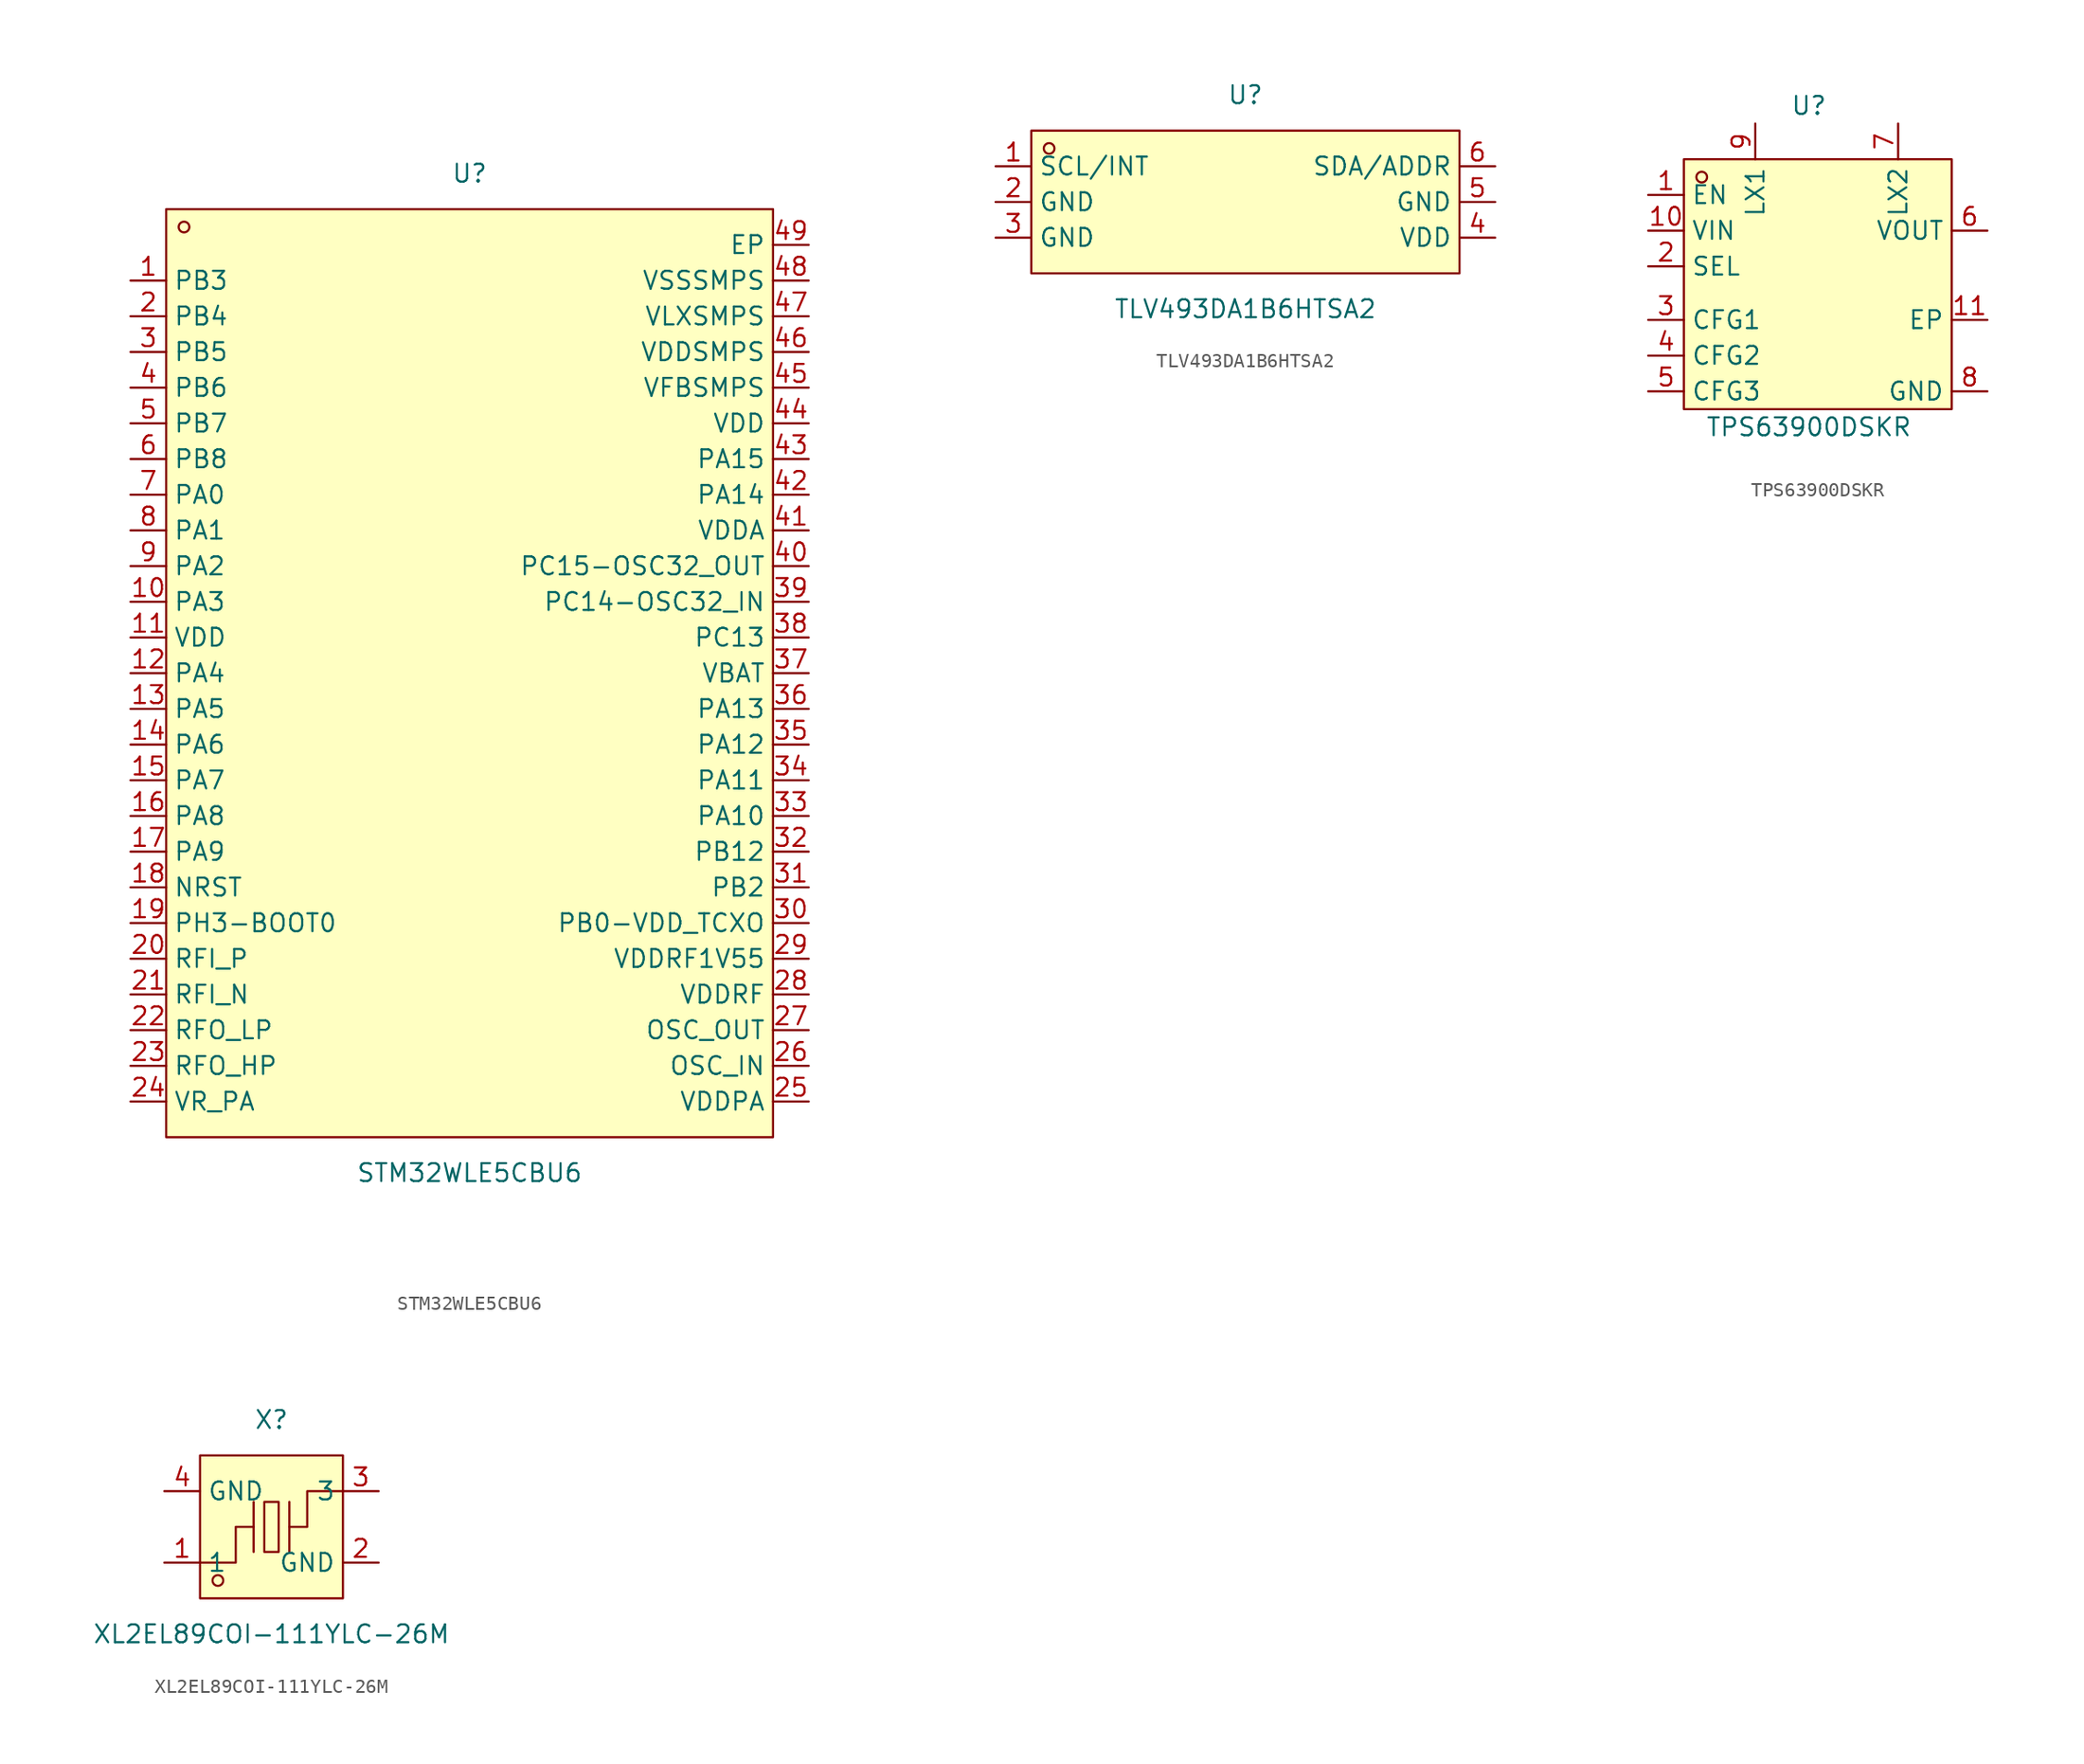
<source format=kicad_sym>
(kicad_symbol_lib
  (version 20231120)
  (generator "kicad_symbol_editor")
  (generator_version "8.0")
  (symbol "STM32WLE5CBU6"
    (property "Reference" "U"
      (at 0 35.56 0)
      (effects (font (size 1.27 1.27))))
    (property "Value" "STM32WLE5CBU6"
      (at 0 -35.56 0)
      (effects (font (size 1.27 1.27))))
    (symbol "STM32WLE5CBU6_0_1"
      (rectangle (start -21.59 33.02) (end 21.59 -33.02) (stroke (width 0) (type default)) (fill (type background)))
      (circle (center -20.32 31.75) (radius 0.38) (stroke (width 0) (type default)) (fill (type none)))
      (pin unspecified line (at -24.13 27.94 0) (length 2.54) (name "PB3" (effects (font (size 1.27 1.27)))) (number "1" (effects (font (size 1.27 1.27)))))
      (pin unspecified line (at -24.13 5.08 0) (length 2.54) (name "PA3" (effects (font (size 1.27 1.27)))) (number "10" (effects (font (size 1.27 1.27)))))
      (pin unspecified line (at -24.13 2.54 0) (length 2.54) (name "VDD" (effects (font (size 1.27 1.27)))) (number "11" (effects (font (size 1.27 1.27)))))
      (pin unspecified line (at -24.13 0 0) (length 2.54) (name "PA4" (effects (font (size 1.27 1.27)))) (number "12" (effects (font (size 1.27 1.27)))))
      (pin unspecified line (at -24.13 -2.54 0) (length 2.54) (name "PA5" (effects (font (size 1.27 1.27)))) (number "13" (effects (font (size 1.27 1.27)))))
      (pin unspecified line (at -24.13 -5.08 0) (length 2.54) (name "PA6" (effects (font (size 1.27 1.27)))) (number "14" (effects (font (size 1.27 1.27)))))
      (pin unspecified line (at -24.13 -7.62 0) (length 2.54) (name "PA7" (effects (font (size 1.27 1.27)))) (number "15" (effects (font (size 1.27 1.27)))))
      (pin unspecified line (at -24.13 -10.16 0) (length 2.54) (name "PA8" (effects (font (size 1.27 1.27)))) (number "16" (effects (font (size 1.27 1.27)))))
      (pin unspecified line (at -24.13 -12.7 0) (length 2.54) (name "PA9" (effects (font (size 1.27 1.27)))) (number "17" (effects (font (size 1.27 1.27)))))
      (pin unspecified line (at -24.13 -15.24 0) (length 2.54) (name "NRST" (effects (font (size 1.27 1.27)))) (number "18" (effects (font (size 1.27 1.27)))))
      (pin unspecified line (at -24.13 -17.78 0) (length 2.54) (name "PH3-BOOT0" (effects (font (size 1.27 1.27)))) (number "19" (effects (font (size 1.27 1.27)))))
      (pin unspecified line (at -24.13 25.4 0) (length 2.54) (name "PB4" (effects (font (size 1.27 1.27)))) (number "2" (effects (font (size 1.27 1.27)))))
      (pin unspecified line (at -24.13 -20.32 0) (length 2.54) (name "RFI_P" (effects (font (size 1.27 1.27)))) (number "20" (effects (font (size 1.27 1.27)))))
      (pin unspecified line (at -24.13 -22.86 0) (length 2.54) (name "RFI_N" (effects (font (size 1.27 1.27)))) (number "21" (effects (font (size 1.27 1.27)))))
      (pin unspecified line (at -24.13 -25.4 0) (length 2.54) (name "RFO_LP" (effects (font (size 1.27 1.27)))) (number "22" (effects (font (size 1.27 1.27)))))
      (pin unspecified line (at -24.13 -27.94 0) (length 2.54) (name "RFO_HP" (effects (font (size 1.27 1.27)))) (number "23" (effects (font (size 1.27 1.27)))))
      (pin unspecified line (at -24.13 -30.48 0) (length 2.54) (name "VR_PA" (effects (font (size 1.27 1.27)))) (number "24" (effects (font (size 1.27 1.27)))))
      (pin unspecified line (at 24.13 -30.48 180) (length 2.54) (name "VDDPA" (effects (font (size 1.27 1.27)))) (number "25" (effects (font (size 1.27 1.27)))))
      (pin unspecified line (at 24.13 -27.94 180) (length 2.54) (name "OSC_IN" (effects (font (size 1.27 1.27)))) (number "26" (effects (font (size 1.27 1.27)))))
      (pin unspecified line (at 24.13 -25.4 180) (length 2.54) (name "OSC_OUT" (effects (font (size 1.27 1.27)))) (number "27" (effects (font (size 1.27 1.27)))))
      (pin unspecified line (at 24.13 -22.86 180) (length 2.54) (name "VDDRF" (effects (font (size 1.27 1.27)))) (number "28" (effects (font (size 1.27 1.27)))))
      (pin unspecified line (at 24.13 -20.32 180) (length 2.54) (name "VDDRF1V55" (effects (font (size 1.27 1.27)))) (number "29" (effects (font (size 1.27 1.27)))))
      (pin unspecified line (at -24.13 22.86 0) (length 2.54) (name "PB5" (effects (font (size 1.27 1.27)))) (number "3" (effects (font (size 1.27 1.27)))))
      (pin unspecified line (at 24.13 -17.78 180) (length 2.54) (name "PB0-VDD_TCXO" (effects (font (size 1.27 1.27)))) (number "30" (effects (font (size 1.27 1.27)))))
      (pin unspecified line (at 24.13 -15.24 180) (length 2.54) (name "PB2" (effects (font (size 1.27 1.27)))) (number "31" (effects (font (size 1.27 1.27)))))
      (pin unspecified line (at 24.13 -12.7 180) (length 2.54) (name "PB12" (effects (font (size 1.27 1.27)))) (number "32" (effects (font (size 1.27 1.27)))))
      (pin unspecified line (at 24.13 -10.16 180) (length 2.54) (name "PA10" (effects (font (size 1.27 1.27)))) (number "33" (effects (font (size 1.27 1.27)))))
      (pin unspecified line (at 24.13 -7.62 180) (length 2.54) (name "PA11" (effects (font (size 1.27 1.27)))) (number "34" (effects (font (size 1.27 1.27)))))
      (pin unspecified line (at 24.13 -5.08 180) (length 2.54) (name "PA12" (effects (font (size 1.27 1.27)))) (number "35" (effects (font (size 1.27 1.27)))))
      (pin unspecified line (at 24.13 -2.54 180) (length 2.54) (name "PA13" (effects (font (size 1.27 1.27)))) (number "36" (effects (font (size 1.27 1.27)))))
      (pin unspecified line (at 24.13 0 180) (length 2.54) (name "VBAT" (effects (font (size 1.27 1.27)))) (number "37" (effects (font (size 1.27 1.27)))))
      (pin unspecified line (at 24.13 2.54 180) (length 2.54) (name "PC13" (effects (font (size 1.27 1.27)))) (number "38" (effects (font (size 1.27 1.27)))))
      (pin unspecified line (at 24.13 5.08 180) (length 2.54) (name "PC14-OSC32_IN" (effects (font (size 1.27 1.27)))) (number "39" (effects (font (size 1.27 1.27)))))
      (pin unspecified line (at -24.13 20.32 0) (length 2.54) (name "PB6" (effects (font (size 1.27 1.27)))) (number "4" (effects (font (size 1.27 1.27)))))
      (pin unspecified line (at 24.13 7.62 180) (length 2.54) (name "PC15-OSC32_OUT" (effects (font (size 1.27 1.27)))) (number "40" (effects (font (size 1.27 1.27)))))
      (pin unspecified line (at 24.13 10.16 180) (length 2.54) (name "VDDA" (effects (font (size 1.27 1.27)))) (number "41" (effects (font (size 1.27 1.27)))))
      (pin unspecified line (at 24.13 12.7 180) (length 2.54) (name "PA14" (effects (font (size 1.27 1.27)))) (number "42" (effects (font (size 1.27 1.27)))))
      (pin unspecified line (at 24.13 15.24 180) (length 2.54) (name "PA15" (effects (font (size 1.27 1.27)))) (number "43" (effects (font (size 1.27 1.27)))))
      (pin unspecified line (at 24.13 17.78 180) (length 2.54) (name "VDD" (effects (font (size 1.27 1.27)))) (number "44" (effects (font (size 1.27 1.27)))))
      (pin unspecified line (at 24.13 20.32 180) (length 2.54) (name "VFBSMPS" (effects (font (size 1.27 1.27)))) (number "45" (effects (font (size 1.27 1.27)))))
      (pin unspecified line (at 24.13 22.86 180) (length 2.54) (name "VDDSMPS" (effects (font (size 1.27 1.27)))) (number "46" (effects (font (size 1.27 1.27)))))
      (pin unspecified line (at 24.13 25.4 180) (length 2.54) (name "VLXSMPS" (effects (font (size 1.27 1.27)))) (number "47" (effects (font (size 1.27 1.27)))))
      (pin unspecified line (at 24.13 27.94 180) (length 2.54) (name "VSSSMPS" (effects (font (size 1.27 1.27)))) (number "48" (effects (font (size 1.27 1.27)))))
      (pin unspecified line (at 24.13 30.48 180) (length 2.54) (name "EP" (effects (font (size 1.27 1.27)))) (number "49" (effects (font (size 1.27 1.27)))))
      (pin unspecified line (at -24.13 17.78 0) (length 2.54) (name "PB7" (effects (font (size 1.27 1.27)))) (number "5" (effects (font (size 1.27 1.27)))))
      (pin unspecified line (at -24.13 15.24 0) (length 2.54) (name "PB8" (effects (font (size 1.27 1.27)))) (number "6" (effects (font (size 1.27 1.27)))))
      (pin unspecified line (at -24.13 12.7 0) (length 2.54) (name "PA0" (effects (font (size 1.27 1.27)))) (number "7" (effects (font (size 1.27 1.27)))))
      (pin unspecified line (at -24.13 10.16 0) (length 2.54) (name "PA1" (effects (font (size 1.27 1.27)))) (number "8" (effects (font (size 1.27 1.27)))))
      (pin unspecified line (at -24.13 7.62 0) (length 2.54) (name "PA2" (effects (font (size 1.27 1.27)))) (number "9" (effects (font (size 1.27 1.27)))))))
  (symbol "TLV493DA1B6HTSA2"
    (property "Reference" "U"
      (at 0 7.62 0)
      (effects (font (size 1.27 1.27))))
    (property "Value" "TLV493DA1B6HTSA2"
      (at 0 -7.62 0)
      (effects (font (size 1.27 1.27))))
    (symbol "TLV493DA1B6HTSA2_0_1"
      (rectangle (start -15.24 5.08) (end 15.24 -5.08) (stroke (width 0) (type default)) (fill (type background)))
      (circle (center -13.97 3.81) (radius 0.38) (stroke (width 0) (type default)) (fill (type none)))
      (pin unspecified line (at -17.78 2.54 0) (length 2.54) (name "SCL/INT" (effects (font (size 1.27 1.27)))) (number "1" (effects (font (size 1.27 1.27)))))
      (pin unspecified line (at -17.78 0 0) (length 2.54) (name "GND" (effects (font (size 1.27 1.27)))) (number "2" (effects (font (size 1.27 1.27)))))
      (pin unspecified line (at -17.78 -2.54 0) (length 2.54) (name "GND" (effects (font (size 1.27 1.27)))) (number "3" (effects (font (size 1.27 1.27)))))
      (pin unspecified line (at 17.78 -2.54 180) (length 2.54) (name "VDD" (effects (font (size 1.27 1.27)))) (number "4" (effects (font (size 1.27 1.27)))))
      (pin unspecified line (at 17.78 0 180) (length 2.54) (name "GND" (effects (font (size 1.27 1.27)))) (number "5" (effects (font (size 1.27 1.27)))))
      (pin unspecified line (at 17.78 2.54 180) (length 2.54) (name "SDA/ADDR" (effects (font (size 1.27 1.27)))) (number "6" (effects (font (size 1.27 1.27)))))))
  (symbol "TPS63900DSKR"
    (property "Reference" "U"
      (at 0 11.43 0)
      (effects (font (size 1.27 1.27))))
    (property "Value" "TPS63900DSKR"
      (at 0 -11.43 0)
      (effects (font (size 1.27 1.27))))
    (symbol "TPS63900DSKR_0_1"
      (rectangle (start -8.89 7.62) (end 10.16 -10.16) (stroke (width 0) (type default)) (fill (type background)))
      (circle (center -7.62 6.35) (radius 0.38) (stroke (width 0) (type default)) (fill (type none)))
      (pin unspecified line (at -11.43 5.08 0) (length 2.54) (name "EN" (effects (font (size 1.27 1.27)))) (number "1" (effects (font (size 1.27 1.27)))))
      (pin unspecified line (at -11.43 2.54 0) (length 2.54) (name "VIN" (effects (font (size 1.27 1.27)))) (number "10" (effects (font (size 1.27 1.27)))))
      (pin unspecified line (at 12.7 -3.81 180) (length 2.54) (name "EP" (effects (font (size 1.27 1.27)))) (number "11" (effects (font (size 1.27 1.27)))))
      (pin unspecified line (at -11.43 0 0) (length 2.54) (name "SEL" (effects (font (size 1.27 1.27)))) (number "2" (effects (font (size 1.27 1.27)))))
      (pin unspecified line (at -11.43 -3.81 0) (length 2.54) (name "CFG1" (effects (font (size 1.27 1.27)))) (number "3" (effects (font (size 1.27 1.27)))))
      (pin unspecified line (at -11.43 -6.35 0) (length 2.54) (name "CFG2" (effects (font (size 1.27 1.27)))) (number "4" (effects (font (size 1.27 1.27)))))
      (pin unspecified line (at 12.7 2.54 180) (length 2.54) (name "VOUT" (effects (font (size 1.27 1.27)))) (number "6" (effects (font (size 1.27 1.27)))))
      (pin unspecified line (at 6.35 10.16 270) (length 2.54) (name "LX2" (effects (font (size 1.27 1.27)))) (number "7" (effects (font (size 1.27 1.27)))))
      (pin unspecified line (at 12.7 -8.89 180) (length 2.54) (name "GND" (effects (font (size 1.27 1.27)))) (number "8" (effects (font (size 1.27 1.27)))))
      (pin unspecified line (at -3.81 10.16 270) (length 2.54) (name "LX1" (effects (font (size 1.27 1.27)))) (number "9" (effects (font (size 1.27 1.27))))))
    (symbol "TPS63900DSKR_1_1"
      (pin unspecified line (at -11.43 -8.89 0) (length 2.54) (name "CFG3" (effects (font (size 1.27 1.27)))) (number "5" (effects (font (size 1.27 1.27)))))))
  (symbol "XL2EL89COI-111YLC-26M"
    (property "Reference" "X"
      (at 0 7.62 0)
      (effects (font (size 1.27 1.27))))
    (property "Value" "XL2EL89COI-111YLC-26M"
      (at 0 -7.62 0)
      (effects (font (size 1.27 1.27))))
    (symbol "XL2EL89COI-111YLC-26M_0_1"
      (rectangle (start -5.08 5.08) (end 5.08 -5.08) (stroke (width 0) (type default)) (fill (type background)))
      (circle (center -3.81 -3.81) (radius 0.38) (stroke (width 0) (type default)) (fill (type none)))
      (rectangle (start -0.51 1.78) (end 0.51 -1.78) (stroke (width 0) (type default)) (fill (type background)))
      (polyline (pts (xy -1.27 -1.78) (xy -1.27 1.78)) (stroke (width 0) (type default)) (fill (type none)))
      (polyline (pts (xy 1.27 -1.78) (xy 1.27 1.78)) (stroke (width 0) (type default)) (fill (type none)))
      (polyline (pts (xy -5.08 -2.54) (xy -2.54 -2.54) (xy -2.54 0) (xy -1.27 0)) (stroke (width 0) (type default)) (fill (type none)))
      (polyline (pts (xy 5.08 2.54) (xy 2.54 2.54) (xy 2.54 0) (xy 1.27 0)) (stroke (width 0) (type default)) (fill (type none)))
      (pin input line (at -7.62 -2.54 0) (length 2.54) (name "1" (effects (font (size 1.27 1.27)))) (number "1" (effects (font (size 1.27 1.27)))))
      (pin input line (at 7.62 -2.54 180) (length 2.54) (name "GND" (effects (font (size 1.27 1.27)))) (number "2" (effects (font (size 1.27 1.27)))))
      (pin input line (at 7.62 2.54 180) (length 2.54) (name "3" (effects (font (size 1.27 1.27)))) (number "3" (effects (font (size 1.27 1.27)))))
      (pin input line (at -7.62 2.54 0) (length 2.54) (name "GND" (effects (font (size 1.27 1.27)))) (number "4" (effects (font (size 1.27 1.27))))))))
</source>
